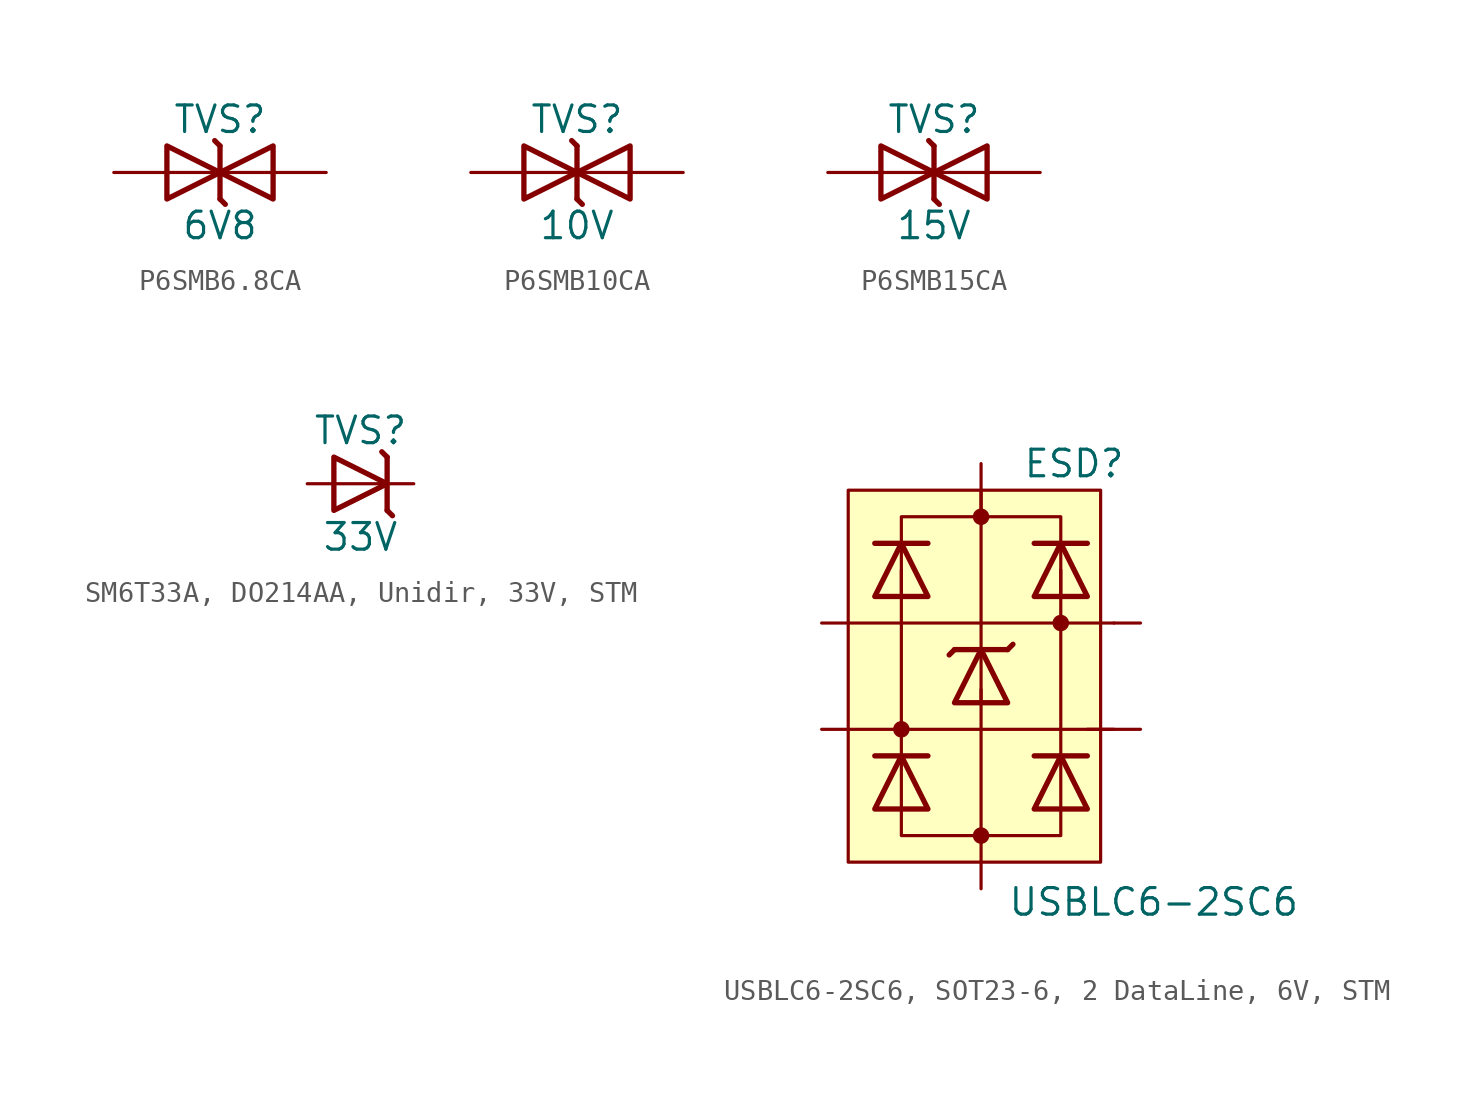
<source format=kicad_sym>
(kicad_symbol_lib
  (version 20241209)
  (generator "kicad_symbol_editor")
  (generator_version "9.0")
  (symbol "P6SMB6.8CA"
    (pin_numbers
      (hide yes))
    (pin_names
      (offset 0)
      (hide yes))
    (property "Reference" "TVS"
      (at 0 2.54 0)
      (effects (font (size 1.27 1.27))))
    (property "Value" "6V8"
      (at 0 -2.54 0)
      (effects (font (size 1.27 1.27))))
    (symbol "P6SMB6.8CA_0_0"
      (polyline (pts (xy 0 0) (xy -2.54 0)) (stroke (width 0.152) (type default)) (fill (type none)))
      (polyline (pts (xy 2.54 0) (xy 0 0)) (stroke (width 0.152) (type default)) (fill (type none))))
    (symbol "P6SMB6.8CA_0_1"
      (polyline (pts (xy 0 1.27) (xy -0.254 1.524)) (stroke (width 0.254) (type default)) (fill (type none)))
      (polyline (pts (xy 0 1.27) (xy 0 -1.27)) (stroke (width 0.254) (type default)) (fill (type none)))
      (polyline (pts (xy 0.254 -1.524) (xy 0 -1.27)) (stroke (width 0.254) (type default)) (fill (type none))))
    (symbol "P6SMB6.8CA_1_1"
      (polyline (pts (xy -2.54 1.27) (xy -2.54 -1.27) (xy 0 0) (xy -2.54 1.27)) (stroke (width 0.254) (type default)) (fill (type none)))
      (polyline (pts (xy 2.54 -1.27) (xy 2.54 1.27) (xy 0 0) (xy 2.54 -1.27)) (stroke (width 0.254) (type default)) (fill (type none)))
      (pin passive line (at -5.08 0 0) (length 2.54) (name "AC2" (effects (font (size 1.27 1.27)))) (number "2" (effects (font (size 1.27 1.27)))))
      (pin passive line (at 5.08 0 180) (length 2.54) (name "AC1" (effects (font (size 1.27 1.27)))) (number "1" (effects (font (size 1.27 1.27)))))))
  (symbol "P6SMB10CA"
    (pin_numbers
      (hide yes))
    (pin_names
      (offset 0)
      (hide yes))
    (property "Reference" "TVS"
      (at 0 2.54 0)
      (effects (font (size 1.27 1.27))))
    (property "Value" "10V"
      (at 0 -2.54 0)
      (effects (font (size 1.27 1.27))))
    (symbol "P6SMB10CA_0_0"
      (polyline (pts (xy 0 0) (xy -2.54 0)) (stroke (width 0.152) (type default)) (fill (type none)))
      (polyline (pts (xy 2.54 0) (xy 0 0)) (stroke (width 0.152) (type default)) (fill (type none))))
    (symbol "P6SMB10CA_0_1"
      (polyline (pts (xy 0 1.27) (xy -0.254 1.524)) (stroke (width 0.254) (type default)) (fill (type none)))
      (polyline (pts (xy 0 1.27) (xy 0 -1.27)) (stroke (width 0.254) (type default)) (fill (type none)))
      (polyline (pts (xy 0.254 -1.524) (xy 0 -1.27)) (stroke (width 0.254) (type default)) (fill (type none))))
    (symbol "P6SMB10CA_1_1"
      (polyline (pts (xy -2.54 1.27) (xy -2.54 -1.27) (xy 0 0) (xy -2.54 1.27)) (stroke (width 0.254) (type default)) (fill (type none)))
      (polyline (pts (xy 2.54 -1.27) (xy 2.54 1.27) (xy 0 0) (xy 2.54 -1.27)) (stroke (width 0.254) (type default)) (fill (type none)))
      (pin passive line (at -5.08 0 0) (length 2.54) (name "AC2" (effects (font (size 1.27 1.27)))) (number "2" (effects (font (size 1.27 1.27)))))
      (pin passive line (at 5.08 0 180) (length 2.54) (name "AC1" (effects (font (size 1.27 1.27)))) (number "1" (effects (font (size 1.27 1.27)))))))
  (symbol "P6SMB15CA"
    (pin_numbers
      (hide yes))
    (pin_names
      (offset 0)
      (hide yes))
    (property "Reference" "TVS"
      (at 0 2.54 0)
      (effects (font (size 1.27 1.27))))
    (property "Value" "15V"
      (at 0 -2.54 0)
      (effects (font (size 1.27 1.27))))
    (symbol "P6SMB15CA_0_0"
      (polyline (pts (xy 0 0) (xy -2.54 0)) (stroke (width 0.152) (type default)) (fill (type none)))
      (polyline (pts (xy 2.54 0) (xy 0 0)) (stroke (width 0.152) (type default)) (fill (type none))))
    (symbol "P6SMB15CA_0_1"
      (polyline (pts (xy 0 1.27) (xy -0.254 1.524)) (stroke (width 0.254) (type default)) (fill (type none)))
      (polyline (pts (xy 0 1.27) (xy 0 -1.27)) (stroke (width 0.254) (type default)) (fill (type none)))
      (polyline (pts (xy 0.254 -1.524) (xy 0 -1.27)) (stroke (width 0.254) (type default)) (fill (type none))))
    (symbol "P6SMB15CA_1_1"
      (polyline (pts (xy -2.54 1.27) (xy -2.54 -1.27) (xy 0 0) (xy -2.54 1.27)) (stroke (width 0.254) (type default)) (fill (type none)))
      (polyline (pts (xy 2.54 -1.27) (xy 2.54 1.27) (xy 0 0) (xy 2.54 -1.27)) (stroke (width 0.254) (type default)) (fill (type none)))
      (pin passive line (at -5.08 0 0) (length 2.54) (name "AC2" (effects (font (size 1.27 1.27)))) (number "2" (effects (font (size 1.27 1.27)))))
      (pin passive line (at 5.08 0 180) (length 2.54) (name "AC1" (effects (font (size 1.27 1.27)))) (number "1" (effects (font (size 1.27 1.27)))))))
  (symbol "SM6T33A, DO214AA, Unidir, 33V, STM"
    (pin_numbers
      (hide yes))
    (pin_names
      (offset 0)
      (hide yes))
    (property "Reference" "TVS"
      (at 0 2.54 0)
      (effects (font (size 1.27 1.27))))
    (property "Value" "33V"
      (at 0 -2.54 0)
      (effects (font (size 1.27 1.27))))
    (symbol "SM6T33A, DO214AA, Unidir, 33V, STM_0_0"
      (polyline (pts (xy 1.27 0) (xy -1.27 0)) (stroke (width 0.152) (type default)) (fill (type none))))
    (symbol "SM6T33A, DO214AA, Unidir, 33V, STM_0_1"
      (polyline (pts (xy -1.27 1.27) (xy -1.27 -1.27) (xy 1.27 0) (xy -1.27 1.27)) (stroke (width 0.254) (type default)) (fill (type none)))
      (polyline (pts (xy 1.27 1.27) (xy 1.016 1.524)) (stroke (width 0.254) (type default)) (fill (type none)))
      (polyline (pts (xy 1.27 1.27) (xy 1.27 -1.27)) (stroke (width 0.254) (type default)) (fill (type none)))
      (polyline (pts (xy 1.524 -1.524) (xy 1.27 -1.27)) (stroke (width 0.254) (type default)) (fill (type none))))
    (symbol "SM6T33A, DO214AA, Unidir, 33V, STM_1_1"
      (pin passive line (at -2.54 0 0) (length 1.27) (name "A" (effects (font (size 1.27 1.27)))) (number "2" (effects (font (size 1.27 1.27)))))
      (pin passive line (at 2.54 0 180) (length 1.27) (name "C" (effects (font (size 1.27 1.27)))) (number "1" (effects (font (size 1.27 1.27)))))))
  (symbol "USBLC6-2SC6, SOT23-6, 2 DataLine, 6V, STM"
    (pin_numbers
      (hide yes))
    (pin_names
      (offset 0)
      (hide yes))
    (property "Reference" "ESD"
      (at 4.445 10.16 0)
      (effects (font (size 1.27 1.27))))
    (property "Value" "USBLC6-2SC6"
      (at 8.255 -10.795 0)
      (effects (font (size 1.27 1.27))))
    (symbol "USBLC6-2SC6, SOT23-6, 2 DataLine, 6V, STM_0_0"
      (polyline (pts (xy -3.81 6.35) (xy -3.81 3.81)) (stroke (width 0.152) (type default)) (fill (type none)))
      (polyline (pts (xy -3.81 -3.81) (xy -3.81 -6.35)) (stroke (width 0.152) (type default)) (fill (type none)))
      (polyline (pts (xy 0 1.27) (xy 0 -1.27)) (stroke (width 0.152) (type default)) (fill (type none)))
      (polyline (pts (xy 3.81 6.35) (xy 3.81 3.81)) (stroke (width 0.152) (type default)) (fill (type none)))
      (polyline (pts (xy 3.81 -3.81) (xy 3.81 -6.35)) (stroke (width 0.152) (type default)) (fill (type none))))
    (symbol "USBLC6-2SC6, SOT23-6, 2 DataLine, 6V, STM_0_1"
      (polyline (pts (xy -6.35 2.54) (xy 6.35 2.54)) (stroke (width 0) (type default)) (fill (type none)))
      (polyline (pts (xy -5.08 6.35) (xy -2.54 6.35)) (stroke (width 0.254) (type default)) (fill (type none)))
      (polyline (pts (xy -5.08 3.81) (xy -2.54 3.81) (xy -3.81 6.35) (xy -5.08 3.81)) (stroke (width 0.254) (type default)) (fill (type none)))
      (polyline (pts (xy -5.08 -3.81) (xy -2.54 -3.81)) (stroke (width 0.254) (type default)) (fill (type none)))
      (polyline (pts (xy -5.08 -6.35) (xy -2.54 -6.35) (xy -3.81 -3.81) (xy -5.08 -6.35)) (stroke (width 0.254) (type default)) (fill (type none)))
      (polyline (pts (xy -3.81 6.35) (xy -3.81 7.62) (xy 3.81 7.62) (xy 3.81 6.35)) (stroke (width 0) (type default)) (fill (type none)))
      (polyline (pts (xy -3.81 5.08) (xy -3.81 -3.81)) (stroke (width 0) (type default)) (fill (type none)))
      (polyline (pts (xy -3.81 -2.54) (xy -3.81 -2.54)) (stroke (width 0) (type default)) (fill (type none)))
      (polyline (pts (xy -3.81 -6.35) (xy -3.81 -7.62) (xy 3.81 -7.62) (xy 3.81 -6.35)) (stroke (width 0) (type default)) (fill (type none)))
      (polyline (pts (xy -1.27 1.27) (xy -1.524 1.016)) (stroke (width 0.254) (type default)) (fill (type none)))
      (polyline (pts (xy -1.27 1.27) (xy 1.27 1.27)) (stroke (width 0.254) (type default)) (fill (type none)))
      (polyline (pts (xy -1.27 -1.27) (xy 1.27 -1.27) (xy 0 1.27) (xy -1.27 -1.27)) (stroke (width 0.254) (type default)) (fill (type none)))
      (polyline (pts (xy 0 7.62) (xy 0 8.89)) (stroke (width 0) (type default)) (fill (type none)))
      (polyline (pts (xy 0 1.27) (xy 0 8.89)) (stroke (width 0) (type default)) (fill (type none)))
      (polyline (pts (xy 0 -7.62) (xy 0 -0.635)) (stroke (width 0) (type default)) (fill (type none)))
      (polyline (pts (xy 0 -7.62) (xy 0 -8.89)) (stroke (width 0) (type default)) (fill (type none)))
      (polyline (pts (xy 1.524 1.524) (xy 1.27 1.27)) (stroke (width 0.254) (type default)) (fill (type none)))
      (polyline (pts (xy 2.54 6.35) (xy 5.08 6.35)) (stroke (width 0.254) (type default)) (fill (type none)))
      (polyline (pts (xy 2.54 3.81) (xy 5.08 3.81) (xy 3.81 6.35) (xy 2.54 3.81)) (stroke (width 0.254) (type default)) (fill (type none)))
      (polyline (pts (xy 2.54 -3.81) (xy 5.08 -3.81)) (stroke (width 0.254) (type default)) (fill (type none)))
      (polyline (pts (xy 2.54 -6.35) (xy 5.08 -6.35) (xy 3.81 -3.81) (xy 2.54 -6.35)) (stroke (width 0.254) (type default)) (fill (type none)))
      (polyline (pts (xy 3.81 5.08) (xy 3.81 -3.81)) (stroke (width 0) (type default)) (fill (type none)))
      (polyline (pts (xy 6.35 -2.54) (xy -6.35 -2.54)) (stroke (width 0) (type default)) (fill (type none))))
    (symbol "USBLC6-2SC6, SOT23-6, 2 DataLine, 6V, STM_1_1"
      (rectangle (start -6.35 8.89) (end 5.715 -8.89) (stroke (width 0) (type default)) (fill (type background)))
      (circle (center -3.81 -2.54) (radius 0.318) (stroke (width 0) (type default)) (fill (type outline)))
      (circle (center 0 7.62) (radius 0.318) (stroke (width 0) (type default)) (fill (type outline)))
      (circle (center 0 -7.62) (radius 0.318) (stroke (width 0) (type default)) (fill (type outline)))
      (circle (center 3.81 2.54) (radius 0.318) (stroke (width 0) (type default)) (fill (type outline)))
      (pin passive line (at -7.62 2.54 0) (length 1.27) (name "IO1" (effects (font (size 1.27 1.27)))) (number "1" (effects (font (size 1.27 1.27)))))
      (pin passive line (at -7.62 -2.54 0) (length 1.27) (name "IO2" (effects (font (size 1.27 1.27)))) (number "3" (effects (font (size 1.27 1.27)))))
      (pin passive line (at 0 10.16 270) (length 1.27) (name "VBUS" (effects (font (size 1.27 1.27)))) (number "5" (effects (font (size 1.27 1.27)))))
      (pin passive line (at 0 -10.16 90) (length 1.27) (name "GND" (effects (font (size 1.27 1.27)))) (number "2" (effects (font (size 1.27 1.27)))))
      (pin passive line (at 7.62 2.54 180) (length 1.27) (name "IO1" (effects (font (size 1.27 1.27)))) (number "6" (effects (font (size 1.27 1.27)))))
      (pin passive line (at 7.62 -2.54 180) (length 2.54) (name "IO2" (effects (font (size 1.27 1.27)))) (number "4" (effects (font (size 1.27 1.27))))))))
</source>
